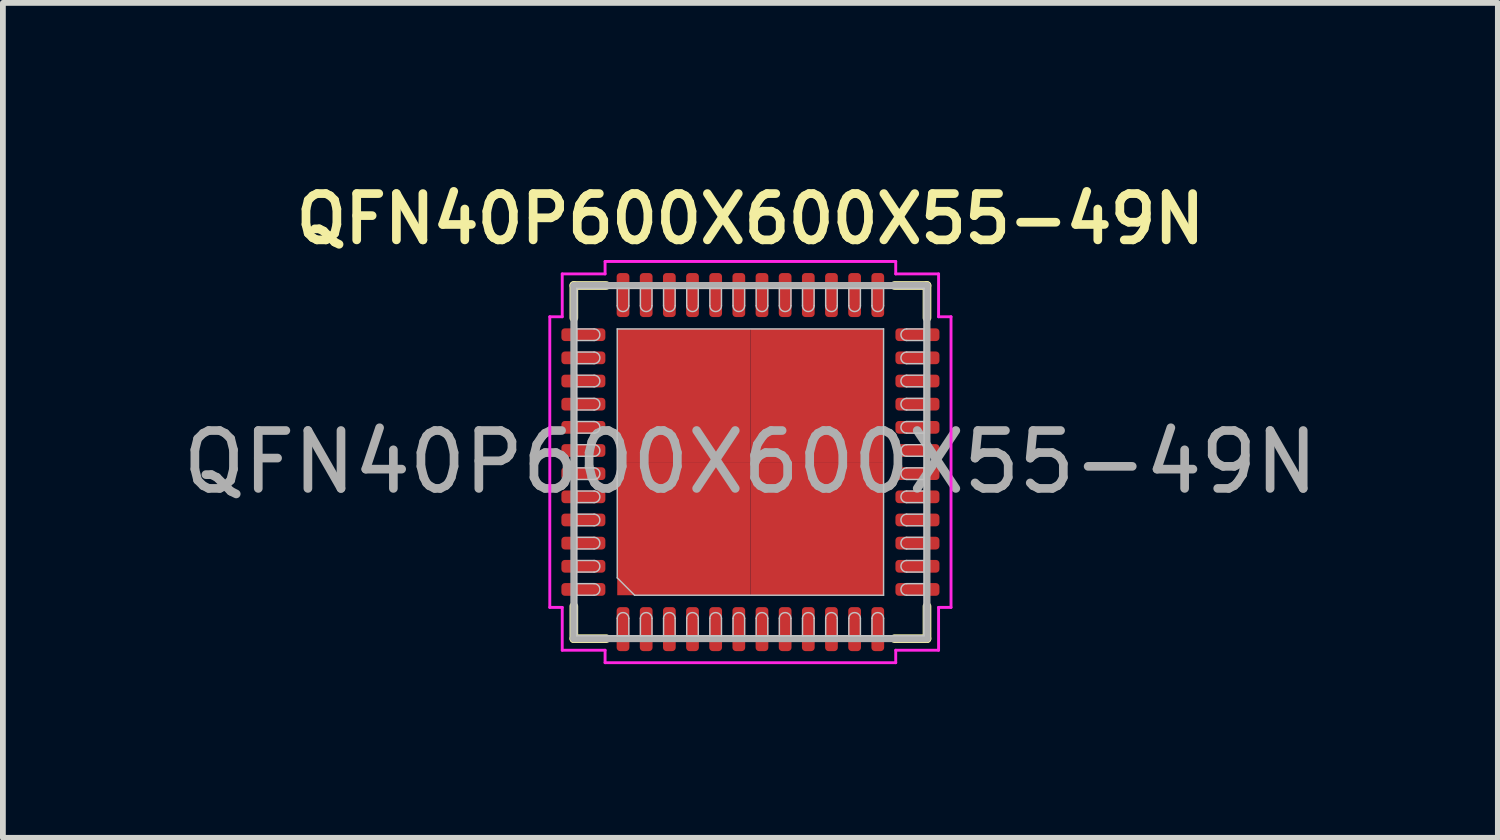
<source format=kicad_pcb>
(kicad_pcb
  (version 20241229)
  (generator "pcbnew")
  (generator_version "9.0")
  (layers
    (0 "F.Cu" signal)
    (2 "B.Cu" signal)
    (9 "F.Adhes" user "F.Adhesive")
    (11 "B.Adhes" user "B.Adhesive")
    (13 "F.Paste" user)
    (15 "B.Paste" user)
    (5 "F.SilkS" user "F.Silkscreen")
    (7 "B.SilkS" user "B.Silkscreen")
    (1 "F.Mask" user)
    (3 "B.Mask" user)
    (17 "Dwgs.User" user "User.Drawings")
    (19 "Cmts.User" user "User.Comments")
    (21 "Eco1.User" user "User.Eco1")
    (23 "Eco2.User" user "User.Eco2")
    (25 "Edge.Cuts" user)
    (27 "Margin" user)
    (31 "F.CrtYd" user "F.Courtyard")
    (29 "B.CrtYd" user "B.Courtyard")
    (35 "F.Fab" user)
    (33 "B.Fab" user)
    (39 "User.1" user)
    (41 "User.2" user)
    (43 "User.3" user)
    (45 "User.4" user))
  (footprint "QFN40P600X600X55-49N"
    (layer "F.Cu")
    (at 9.911 4.931)
    (property "Reference" "QFN40P600X600X55-49N" (at 0 -4.2 0) (layer "F.SilkS") (effects (font (size 0.8 0.8) (thickness 0.15))))
    (attr smd)
    (fp_line (start -3.05 -3.05) (end -3.05 -2.49) (stroke (width 0.15) (type solid)) (layer "F.SilkS"))
    (fp_line (start -3.05 3.05) (end -3.05 2.49) (stroke (width 0.15) (type solid)) (layer "F.SilkS"))
    (fp_line (start -2.49 -3.05) (end -3.05 -3.05) (stroke (width 0.15) (type solid)) (layer "F.SilkS"))
    (fp_line (start -2.49 3.05) (end -3.05 3.05) (stroke (width 0.15) (type solid)) (layer "F.SilkS"))
    (fp_line (start 2.49 -3.05) (end 3.05 -3.05) (stroke (width 0.15) (type solid)) (layer "F.SilkS"))
    (fp_line (start 2.49 3.05) (end 3.05 3.05) (stroke (width 0.15) (type solid)) (layer "F.SilkS"))
    (fp_line (start 3.05 -3.05) (end 3.05 -2.49) (stroke (width 0.15) (type solid)) (layer "F.SilkS"))
    (fp_line (start 3.05 3.05) (end 3.05 2.49) (stroke (width 0.15) (type solid)) (layer "F.SilkS"))
    (fp_line (start -3 -3) (end 3 -3) (stroke (width 0.025) (type solid)) (layer "Dwgs.User"))
    (fp_line (start -3 -2.3) (end -3 -2.1) (stroke (width 0.025) (type solid)) (layer "Dwgs.User"))
    (fp_line (start -3 -2.1) (end -2.7 -2.1) (stroke (width 0.025) (type solid)) (layer "Dwgs.User"))
    (fp_line (start -3 -1.9) (end -3 -1.7) (stroke (width 0.025) (type solid)) (layer "Dwgs.User"))
    (fp_line (start -3 -1.7) (end -2.7 -1.7) (stroke (width 0.025) (type solid)) (layer "Dwgs.User"))
    (fp_line (start -3 -1.5) (end -3 -1.3) (stroke (width 0.025) (type solid)) (layer "Dwgs.User"))
    (fp_line (start -3 -1.3) (end -2.7 -1.3) (stroke (width 0.025) (type solid)) (layer "Dwgs.User"))
    (fp_line (start -3 -1.1) (end -3 -0.9) (stroke (width 0.025) (type solid)) (layer "Dwgs.User"))
    (fp_line (start -3 -0.9) (end -2.7 -0.9) (stroke (width 0.025) (type solid)) (layer "Dwgs.User"))
    (fp_line (start -3 -0.7) (end -3 -0.5) (stroke (width 0.025) (type solid)) (layer "Dwgs.User"))
    (fp_line (start -3 -0.5) (end -2.7 -0.5) (stroke (width 0.025) (type solid)) (layer "Dwgs.User"))
    (fp_line (start -3 -0.3) (end -3 -0.1) (stroke (width 0.025) (type solid)) (layer "Dwgs.User"))
    (fp_line (start -3 -0.1) (end -2.7 -0.1) (stroke (width 0.025) (type solid)) (layer "Dwgs.User"))
    (fp_line (start -3 0.1) (end -3 0.3) (stroke (width 0.025) (type solid)) (layer "Dwgs.User"))
    (fp_line (start -3 0.3) (end -2.7 0.3) (stroke (width 0.025) (type solid)) (layer "Dwgs.User"))
    (fp_line (start -3 0.5) (end -3 0.7) (stroke (width 0.025) (type solid)) (layer "Dwgs.User"))
    (fp_line (start -3 0.7) (end -2.7 0.7) (stroke (width 0.025) (type solid)) (layer "Dwgs.User"))
    (fp_line (start -3 0.9) (end -3 1.1) (stroke (width 0.025) (type solid)) (layer "Dwgs.User"))
    (fp_line (start -3 1.1) (end -2.7 1.1) (stroke (width 0.025) (type solid)) (layer "Dwgs.User"))
    (fp_line (start -3 1.3) (end -3 1.5) (stroke (width 0.025) (type solid)) (layer "Dwgs.User"))
    (fp_line (start -3 1.5) (end -2.7 1.5) (stroke (width 0.025) (type solid)) (layer "Dwgs.User"))
    (fp_line (start -3 1.7) (end -3 1.9) (stroke (width 0.025) (type solid)) (layer "Dwgs.User"))
    (fp_line (start -3 1.9) (end -2.7 1.9) (stroke (width 0.025) (type solid)) (layer "Dwgs.User"))
    (fp_line (start -3 2.1) (end -3 2.3) (stroke (width 0.025) (type solid)) (layer "Dwgs.User"))
    (fp_line (start -3 2.3) (end -2.7 2.3) (stroke (width 0.025) (type solid)) (layer "Dwgs.User"))
    (fp_line (start -3 3) (end -3 -3) (stroke (width 0.025) (type solid)) (layer "Dwgs.User"))
    (fp_line (start -2.7 -2.3) (end -3 -2.3) (stroke (width 0.025) (type solid)) (layer "Dwgs.User"))
    (fp_line (start -2.7 -1.9) (end -3 -1.9) (stroke (width 0.025) (type solid)) (layer "Dwgs.User"))
    (fp_line (start -2.7 -1.5) (end -3 -1.5) (stroke (width 0.025) (type solid)) (layer "Dwgs.User"))
    (fp_line (start -2.7 -1.1) (end -3 -1.1) (stroke (width 0.025) (type solid)) (layer "Dwgs.User"))
    (fp_line (start -2.7 -0.7) (end -3 -0.7) (stroke (width 0.025) (type solid)) (layer "Dwgs.User"))
    (fp_line (start -2.7 -0.3) (end -3 -0.3) (stroke (width 0.025) (type solid)) (layer "Dwgs.User"))
    (fp_line (start -2.7 0.1) (end -3 0.1) (stroke (width 0.025) (type solid)) (layer "Dwgs.User"))
    (fp_line (start -2.7 0.5) (end -3 0.5) (stroke (width 0.025) (type solid)) (layer "Dwgs.User"))
    (fp_line (start -2.7 0.9) (end -3 0.9) (stroke (width 0.025) (type solid)) (layer "Dwgs.User"))
    (fp_line (start -2.7 1.3) (end -3 1.3) (stroke (width 0.025) (type solid)) (layer "Dwgs.User"))
    (fp_line (start -2.7 1.7) (end -3 1.7) (stroke (width 0.025) (type solid)) (layer "Dwgs.User"))
    (fp_line (start -2.7 2.1) (end -3 2.1) (stroke (width 0.025) (type solid)) (layer "Dwgs.User"))
    (fp_line (start -2.3 -3) (end -2.3 -2.7) (stroke (width 0.025) (type solid)) (layer "Dwgs.User"))
    (fp_line (start -2.3 -2.3) (end -2.3 2) (stroke (width 0.025) (type solid)) (layer "Dwgs.User"))
    (fp_line (start -2.3 2) (end -2 2.3) (stroke (width 0.025) (type solid)) (layer "Dwgs.User"))
    (fp_line (start -2.3 2.7) (end -2.3 3) (stroke (width 0.025) (type solid)) (layer "Dwgs.User"))
    (fp_line (start -2.3 3) (end -2.1 3) (stroke (width 0.025) (type solid)) (layer "Dwgs.User"))
    (fp_line (start -2.1 -3) (end -2.3 -3) (stroke (width 0.025) (type solid)) (layer "Dwgs.User"))
    (fp_line (start -2.1 -2.7) (end -2.1 -3) (stroke (width 0.025) (type solid)) (layer "Dwgs.User"))
    (fp_line (start -2.1 3) (end -2.1 2.7) (stroke (width 0.025) (type solid)) (layer "Dwgs.User"))
    (fp_line (start -2 2.3) (end 2.3 2.3) (stroke (width 0.025) (type solid)) (layer "Dwgs.User"))
    (fp_line (start -1.9 -3) (end -1.9 -2.7) (stroke (width 0.025) (type solid)) (layer "Dwgs.User"))
    (fp_line (start -1.9 2.7) (end -1.9 3) (stroke (width 0.025) (type solid)) (layer "Dwgs.User"))
    (fp_line (start -1.9 3) (end -1.7 3) (stroke (width 0.025) (type solid)) (layer "Dwgs.User"))
    (fp_line (start -1.7 -3) (end -1.9 -3) (stroke (width 0.025) (type solid)) (layer "Dwgs.User"))
    (fp_line (start -1.7 -2.7) (end -1.7 -3) (stroke (width 0.025) (type solid)) (layer "Dwgs.User"))
    (fp_line (start -1.7 3) (end -1.7 2.7) (stroke (width 0.025) (type solid)) (layer "Dwgs.User"))
    (fp_line (start -1.5 -3) (end -1.5 -2.7) (stroke (width 0.025) (type solid)) (layer "Dwgs.User"))
    (fp_line (start -1.5 2.7) (end -1.5 3) (stroke (width 0.025) (type solid)) (layer "Dwgs.User"))
    (fp_line (start -1.5 3) (end -1.3 3) (stroke (width 0.025) (type solid)) (layer "Dwgs.User"))
    (fp_line (start -1.3 -3) (end -1.5 -3) (stroke (width 0.025) (type solid)) (layer "Dwgs.User"))
    (fp_line (start -1.3 -2.7) (end -1.3 -3) (stroke (width 0.025) (type solid)) (layer "Dwgs.User"))
    (fp_line (start -1.3 3) (end -1.3 2.7) (stroke (width 0.025) (type solid)) (layer "Dwgs.User"))
    (fp_line (start -1.1 -3) (end -1.1 -2.7) (stroke (width 0.025) (type solid)) (layer "Dwgs.User"))
    (fp_line (start -1.1 2.7) (end -1.1 3) (stroke (width 0.025) (type solid)) (layer "Dwgs.User"))
    (fp_line (start -1.1 3) (end -0.9 3) (stroke (width 0.025) (type solid)) (layer "Dwgs.User"))
    (fp_line (start -0.9 -3) (end -1.1 -3) (stroke (width 0.025) (type solid)) (layer "Dwgs.User"))
    (fp_line (start -0.9 -2.7) (end -0.9 -3) (stroke (width 0.025) (type solid)) (layer "Dwgs.User"))
    (fp_line (start -0.9 3) (end -0.9 2.7) (stroke (width 0.025) (type solid)) (layer "Dwgs.User"))
    (fp_line (start -0.7 -3) (end -0.7 -2.7) (stroke (width 0.025) (type solid)) (layer "Dwgs.User"))
    (fp_line (start -0.7 2.7) (end -0.7 3) (stroke (width 0.025) (type solid)) (layer "Dwgs.User"))
    (fp_line (start -0.7 3) (end -0.5 3) (stroke (width 0.025) (type solid)) (layer "Dwgs.User"))
    (fp_line (start -0.5 -3) (end -0.7 -3) (stroke (width 0.025) (type solid)) (layer "Dwgs.User"))
    (fp_line (start -0.5 -2.7) (end -0.5 -3) (stroke (width 0.025) (type solid)) (layer "Dwgs.User"))
    (fp_line (start -0.5 3) (end -0.5 2.7) (stroke (width 0.025) (type solid)) (layer "Dwgs.User"))
    (fp_line (start -0.3 -3) (end -0.3 -2.7) (stroke (width 0.025) (type solid)) (layer "Dwgs.User"))
    (fp_line (start -0.3 2.7) (end -0.3 3) (stroke (width 0.025) (type solid)) (layer "Dwgs.User"))
    (fp_line (start -0.3 3) (end -0.1 3) (stroke (width 0.025) (type solid)) (layer "Dwgs.User"))
    (fp_line (start -0.1 -3) (end -0.3 -3) (stroke (width 0.025) (type solid)) (layer "Dwgs.User"))
    (fp_line (start -0.1 -2.7) (end -0.1 -3) (stroke (width 0.025) (type solid)) (layer "Dwgs.User"))
    (fp_line (start -0.1 3) (end -0.1 2.7) (stroke (width 0.025) (type solid)) (layer "Dwgs.User"))
    (fp_line (start 0.1 -3) (end 0.1 -2.7) (stroke (width 0.025) (type solid)) (layer "Dwgs.User"))
    (fp_line (start 0.1 2.7) (end 0.1 3) (stroke (width 0.025) (type solid)) (layer "Dwgs.User"))
    (fp_line (start 0.1 3) (end 0.3 3) (stroke (width 0.025) (type solid)) (layer "Dwgs.User"))
    (fp_line (start 0.3 -3) (end 0.1 -3) (stroke (width 0.025) (type solid)) (layer "Dwgs.User"))
    (fp_line (start 0.3 -2.7) (end 0.3 -3) (stroke (width 0.025) (type solid)) (layer "Dwgs.User"))
    (fp_line (start 0.3 3) (end 0.3 2.7) (stroke (width 0.025) (type solid)) (layer "Dwgs.User"))
    (fp_line (start 0.5 -3) (end 0.5 -2.7) (stroke (width 0.025) (type solid)) (layer "Dwgs.User"))
    (fp_line (start 0.5 2.7) (end 0.5 3) (stroke (width 0.025) (type solid)) (layer "Dwgs.User"))
    (fp_line (start 0.5 3) (end 0.7 3) (stroke (width 0.025) (type solid)) (layer "Dwgs.User"))
    (fp_line (start 0.7 -3) (end 0.5 -3) (stroke (width 0.025) (type solid)) (layer "Dwgs.User"))
    (fp_line (start 0.7 -2.7) (end 0.7 -3) (stroke (width 0.025) (type solid)) (layer "Dwgs.User"))
    (fp_line (start 0.7 3) (end 0.7 2.7) (stroke (width 0.025) (type solid)) (layer "Dwgs.User"))
    (fp_line (start 0.9 -3) (end 0.9 -2.7) (stroke (width 0.025) (type solid)) (layer "Dwgs.User"))
    (fp_line (start 0.9 2.7) (end 0.9 3) (stroke (width 0.025) (type solid)) (layer "Dwgs.User"))
    (fp_line (start 0.9 3) (end 1.1 3) (stroke (width 0.025) (type solid)) (layer "Dwgs.User"))
    (fp_line (start 1.1 -3) (end 0.9 -3) (stroke (width 0.025) (type solid)) (layer "Dwgs.User"))
    (fp_line (start 1.1 -2.7) (end 1.1 -3) (stroke (width 0.025) (type solid)) (layer "Dwgs.User"))
    (fp_line (start 1.1 3) (end 1.1 2.7) (stroke (width 0.025) (type solid)) (layer "Dwgs.User"))
    (fp_line (start 1.3 -3) (end 1.3 -2.7) (stroke (width 0.025) (type solid)) (layer "Dwgs.User"))
    (fp_line (start 1.3 2.7) (end 1.3 3) (stroke (width 0.025) (type solid)) (layer "Dwgs.User"))
    (fp_line (start 1.3 3) (end 1.5 3) (stroke (width 0.025) (type solid)) (layer "Dwgs.User"))
    (fp_line (start 1.5 -3) (end 1.3 -3) (stroke (width 0.025) (type solid)) (layer "Dwgs.User"))
    (fp_line (start 1.5 -2.7) (end 1.5 -3) (stroke (width 0.025) (type solid)) (layer "Dwgs.User"))
    (fp_line (start 1.5 3) (end 1.5 2.7) (stroke (width 0.025) (type solid)) (layer "Dwgs.User"))
    (fp_line (start 1.7 -3) (end 1.7 -2.7) (stroke (width 0.025) (type solid)) (layer "Dwgs.User"))
    (fp_line (start 1.7 2.7) (end 1.7 3) (stroke (width 0.025) (type solid)) (layer "Dwgs.User"))
    (fp_line (start 1.7 3) (end 1.9 3) (stroke (width 0.025) (type solid)) (layer "Dwgs.User"))
    (fp_line (start 1.9 -3) (end 1.7 -3) (stroke (width 0.025) (type solid)) (layer "Dwgs.User"))
    (fp_line (start 1.9 -2.7) (end 1.9 -3) (stroke (width 0.025) (type solid)) (layer "Dwgs.User"))
    (fp_line (start 1.9 3) (end 1.9 2.7) (stroke (width 0.025) (type solid)) (layer "Dwgs.User"))
    (fp_line (start 2.1 -3) (end 2.1 -2.7) (stroke (width 0.025) (type solid)) (layer "Dwgs.User"))
    (fp_line (start 2.1 2.7) (end 2.1 3) (stroke (width 0.025) (type solid)) (layer "Dwgs.User"))
    (fp_line (start 2.1 3) (end 2.3 3) (stroke (width 0.025) (type solid)) (layer "Dwgs.User"))
    (fp_line (start 2.3 -3) (end 2.1 -3) (stroke (width 0.025) (type solid)) (layer "Dwgs.User"))
    (fp_line (start 2.3 -2.7) (end 2.3 -3) (stroke (width 0.025) (type solid)) (layer "Dwgs.User"))
    (fp_line (start 2.3 -2.3) (end -2.3 -2.3) (stroke (width 0.025) (type solid)) (layer "Dwgs.User"))
    (fp_line (start 2.3 2.3) (end 2.3 -2.3) (stroke (width 0.025) (type solid)) (layer "Dwgs.User"))
    (fp_line (start 2.3 3) (end 2.3 2.7) (stroke (width 0.025) (type solid)) (layer "Dwgs.User"))
    (fp_line (start 2.7 -2.1) (end 3 -2.1) (stroke (width 0.025) (type solid)) (layer "Dwgs.User"))
    (fp_line (start 2.7 -1.7) (end 3 -1.7) (stroke (width 0.025) (type solid)) (layer "Dwgs.User"))
    (fp_line (start 2.7 -1.3) (end 3 -1.3) (stroke (width 0.025) (type solid)) (layer "Dwgs.User"))
    (fp_line (start 2.7 -0.9) (end 3 -0.9) (stroke (width 0.025) (type solid)) (layer "Dwgs.User"))
    (fp_line (start 2.7 -0.5) (end 3 -0.5) (stroke (width 0.025) (type solid)) (layer "Dwgs.User"))
    (fp_line (start 2.7 -0.1) (end 3 -0.1) (stroke (width 0.025) (type solid)) (layer "Dwgs.User"))
    (fp_line (start 2.7 0.3) (end 3 0.3) (stroke (width 0.025) (type solid)) (layer "Dwgs.User"))
    (fp_line (start 2.7 0.7) (end 3 0.7) (stroke (width 0.025) (type solid)) (layer "Dwgs.User"))
    (fp_line (start 2.7 1.1) (end 3 1.1) (stroke (width 0.025) (type solid)) (layer "Dwgs.User"))
    (fp_line (start 2.7 1.5) (end 3 1.5) (stroke (width 0.025) (type solid)) (layer "Dwgs.User"))
    (fp_line (start 2.7 1.9) (end 3 1.9) (stroke (width 0.025) (type solid)) (layer "Dwgs.User"))
    (fp_line (start 2.7 2.3) (end 3 2.3) (stroke (width 0.025) (type solid)) (layer "Dwgs.User"))
    (fp_line (start 3 -3) (end 3 3) (stroke (width 0.025) (type solid)) (layer "Dwgs.User"))
    (fp_line (start 3 -2.3) (end 2.7 -2.3) (stroke (width 0.025) (type solid)) (layer "Dwgs.User"))
    (fp_line (start 3 -2.1) (end 3 -2.3) (stroke (width 0.025) (type solid)) (layer "Dwgs.User"))
    (fp_line (start 3 -1.9) (end 2.7 -1.9) (stroke (width 0.025) (type solid)) (layer "Dwgs.User"))
    (fp_line (start 3 -1.7) (end 3 -1.9) (stroke (width 0.025) (type solid)) (layer "Dwgs.User"))
    (fp_line (start 3 -1.5) (end 2.7 -1.5) (stroke (width 0.025) (type solid)) (layer "Dwgs.User"))
    (fp_line (start 3 -1.3) (end 3 -1.5) (stroke (width 0.025) (type solid)) (layer "Dwgs.User"))
    (fp_line (start 3 -1.1) (end 2.7 -1.1) (stroke (width 0.025) (type solid)) (layer "Dwgs.User"))
    (fp_line (start 3 -0.9) (end 3 -1.1) (stroke (width 0.025) (type solid)) (layer "Dwgs.User"))
    (fp_line (start 3 -0.7) (end 2.7 -0.7) (stroke (width 0.025) (type solid)) (layer "Dwgs.User"))
    (fp_line (start 3 -0.5) (end 3 -0.7) (stroke (width 0.025) (type solid)) (layer "Dwgs.User"))
    (fp_line (start 3 -0.3) (end 2.7 -0.3) (stroke (width 0.025) (type solid)) (layer "Dwgs.User"))
    (fp_line (start 3 -0.1) (end 3 -0.3) (stroke (width 0.025) (type solid)) (layer "Dwgs.User"))
    (fp_line (start 3 0.1) (end 2.7 0.1) (stroke (width 0.025) (type solid)) (layer "Dwgs.User"))
    (fp_line (start 3 0.3) (end 3 0.1) (stroke (width 0.025) (type solid)) (layer "Dwgs.User"))
    (fp_line (start 3 0.5) (end 2.7 0.5) (stroke (width 0.025) (type solid)) (layer "Dwgs.User"))
    (fp_line (start 3 0.7) (end 3 0.5) (stroke (width 0.025) (type solid)) (layer "Dwgs.User"))
    (fp_line (start 3 0.9) (end 2.7 0.9) (stroke (width 0.025) (type solid)) (layer "Dwgs.User"))
    (fp_line (start 3 1.1) (end 3 0.9) (stroke (width 0.025) (type solid)) (layer "Dwgs.User"))
    (fp_line (start 3 1.3) (end 2.7 1.3) (stroke (width 0.025) (type solid)) (layer "Dwgs.User"))
    (fp_line (start 3 1.5) (end 3 1.3) (stroke (width 0.025) (type solid)) (layer "Dwgs.User"))
    (fp_line (start 3 1.7) (end 2.7 1.7) (stroke (width 0.025) (type solid)) (layer "Dwgs.User"))
    (fp_line (start 3 1.9) (end 3 1.7) (stroke (width 0.025) (type solid)) (layer "Dwgs.User"))
    (fp_line (start 3 2.1) (end 2.7 2.1) (stroke (width 0.025) (type solid)) (layer "Dwgs.User"))
    (fp_line (start 3 2.3) (end 3 2.1) (stroke (width 0.025) (type solid)) (layer "Dwgs.User"))
    (fp_line (start 3 3) (end -3 3) (stroke (width 0.025) (type solid)) (layer "Dwgs.User"))
    (fp_arc (start -2.7 -2.3) (mid -2.6 -2.2) (end -2.7 -2.1) (stroke (width 0.025) (type solid)) (layer "Dwgs.User"))
    (fp_arc (start -2.7 -1.9) (mid -2.6 -1.8) (end -2.7 -1.7) (stroke (width 0.025) (type solid)) (layer "Dwgs.User"))
    (fp_arc (start -2.7 -1.5) (mid -2.6 -1.4) (end -2.7 -1.3) (stroke (width 0.025) (type solid)) (layer "Dwgs.User"))
    (fp_arc (start -2.7 -1.1) (mid -2.6 -1) (end -2.7 -0.9) (stroke (width 0.025) (type solid)) (layer "Dwgs.User"))
    (fp_arc (start -2.7 -0.7) (mid -2.6 -0.6) (end -2.7 -0.5) (stroke (width 0.025) (type solid)) (layer "Dwgs.User"))
    (fp_arc (start -2.7 -0.3) (mid -2.6 -0.2) (end -2.7 -0.1) (stroke (width 0.025) (type solid)) (layer "Dwgs.User"))
    (fp_arc (start -2.7 0.1) (mid -2.6 0.2) (end -2.7 0.3) (stroke (width 0.025) (type solid)) (layer "Dwgs.User"))
    (fp_arc (start -2.7 0.5) (mid -2.6 0.6) (end -2.7 0.7) (stroke (width 0.025) (type solid)) (layer "Dwgs.User"))
    (fp_arc (start -2.7 0.9) (mid -2.6 1) (end -2.7 1.1) (stroke (width 0.025) (type solid)) (layer "Dwgs.User"))
    (fp_arc (start -2.7 1.3) (mid -2.6 1.4) (end -2.7 1.5) (stroke (width 0.025) (type solid)) (layer "Dwgs.User"))
    (fp_arc (start -2.7 1.7) (mid -2.6 1.8) (end -2.7 1.9) (stroke (width 0.025) (type solid)) (layer "Dwgs.User"))
    (fp_arc (start -2.7 2.1) (mid -2.6 2.2) (end -2.7 2.3) (stroke (width 0.025) (type solid)) (layer "Dwgs.User"))
    (fp_arc (start -2.3 2.7) (mid -2.2 2.6) (end -2.1 2.7) (stroke (width 0.025) (type solid)) (layer "Dwgs.User"))
    (fp_arc (start -2.1 -2.7) (mid -2.2 -2.6) (end -2.3 -2.7) (stroke (width 0.025) (type solid)) (layer "Dwgs.User"))
    (fp_arc (start -1.9 2.7) (mid -1.8 2.6) (end -1.7 2.7) (stroke (width 0.025) (type solid)) (layer "Dwgs.User"))
    (fp_arc (start -1.7 -2.7) (mid -1.8 -2.6) (end -1.9 -2.7) (stroke (width 0.025) (type solid)) (layer "Dwgs.User"))
    (fp_arc (start -1.5 2.7) (mid -1.4 2.6) (end -1.3 2.7) (stroke (width 0.025) (type solid)) (layer "Dwgs.User"))
    (fp_arc (start -1.3 -2.7) (mid -1.4 -2.6) (end -1.5 -2.7) (stroke (width 0.025) (type solid)) (layer "Dwgs.User"))
    (fp_arc (start -1.1 2.7) (mid -1 2.6) (end -0.9 2.7) (stroke (width 0.025) (type solid)) (layer "Dwgs.User"))
    (fp_arc (start -0.9 -2.7) (mid -1 -2.6) (end -1.1 -2.7) (stroke (width 0.025) (type solid)) (layer "Dwgs.User"))
    (fp_arc (start -0.7 2.7) (mid -0.6 2.6) (end -0.5 2.7) (stroke (width 0.025) (type solid)) (layer "Dwgs.User"))
    (fp_arc (start -0.5 -2.7) (mid -0.6 -2.6) (end -0.7 -2.7) (stroke (width 0.025) (type solid)) (layer "Dwgs.User"))
    (fp_arc (start -0.3 2.7) (mid -0.2 2.6) (end -0.1 2.7) (stroke (width 0.025) (type solid)) (layer "Dwgs.User"))
    (fp_arc (start -0.1 -2.7) (mid -0.2 -2.6) (end -0.3 -2.7) (stroke (width 0.025) (type solid)) (layer "Dwgs.User"))
    (fp_arc (start 0.1 2.7) (mid 0.2 2.6) (end 0.3 2.7) (stroke (width 0.025) (type solid)) (layer "Dwgs.User"))
    (fp_arc (start 0.3 -2.7) (mid 0.2 -2.6) (end 0.1 -2.7) (stroke (width 0.025) (type solid)) (layer "Dwgs.User"))
    (fp_arc (start 0.5 2.7) (mid 0.6 2.6) (end 0.7 2.7) (stroke (width 0.025) (type solid)) (layer "Dwgs.User"))
    (fp_arc (start 0.7 -2.7) (mid 0.6 -2.6) (end 0.5 -2.7) (stroke (width 0.025) (type solid)) (layer "Dwgs.User"))
    (fp_arc (start 0.9 2.7) (mid 1 2.6) (end 1.1 2.7) (stroke (width 0.025) (type solid)) (layer "Dwgs.User"))
    (fp_arc (start 1.1 -2.7) (mid 1 -2.6) (end 0.9 -2.7) (stroke (width 0.025) (type solid)) (layer "Dwgs.User"))
    (fp_arc (start 1.3 2.7) (mid 1.4 2.6) (end 1.5 2.7) (stroke (width 0.025) (type solid)) (layer "Dwgs.User"))
    (fp_arc (start 1.5 -2.7) (mid 1.4 -2.6) (end 1.3 -2.7) (stroke (width 0.025) (type solid)) (layer "Dwgs.User"))
    (fp_arc (start 1.7 2.7) (mid 1.8 2.6) (end 1.9 2.7) (stroke (width 0.025) (type solid)) (layer "Dwgs.User"))
    (fp_arc (start 1.9 -2.7) (mid 1.8 -2.6) (end 1.7 -2.7) (stroke (width 0.025) (type solid)) (layer "Dwgs.User"))
    (fp_arc (start 2.1 2.7) (mid 2.2 2.6) (end 2.3 2.7) (stroke (width 0.025) (type solid)) (layer "Dwgs.User"))
    (fp_arc (start 2.3 -2.7) (mid 2.2 -2.6) (end 2.1 -2.7) (stroke (width 0.025) (type solid)) (layer "Dwgs.User"))
    (fp_arc (start 2.7 -2.1) (mid 2.6 -2.2) (end 2.7 -2.3) (stroke (width 0.025) (type solid)) (layer "Dwgs.User"))
    (fp_arc (start 2.7 -1.7) (mid 2.6 -1.8) (end 2.7 -1.9) (stroke (width 0.025) (type solid)) (layer "Dwgs.User"))
    (fp_arc (start 2.7 -1.3) (mid 2.6 -1.4) (end 2.7 -1.5) (stroke (width 0.025) (type solid)) (layer "Dwgs.User"))
    (fp_arc (start 2.7 -0.9) (mid 2.6 -1) (end 2.7 -1.1) (stroke (width 0.025) (type solid)) (layer "Dwgs.User"))
    (fp_arc (start 2.7 -0.5) (mid 2.6 -0.6) (end 2.7 -0.7) (stroke (width 0.025) (type solid)) (layer "Dwgs.User"))
    (fp_arc (start 2.7 -0.1) (mid 2.6 -0.2) (end 2.7 -0.3) (stroke (width 0.025) (type solid)) (layer "Dwgs.User"))
    (fp_arc (start 2.7 0.3) (mid 2.6 0.2) (end 2.7 0.1) (stroke (width 0.025) (type solid)) (layer "Dwgs.User"))
    (fp_arc (start 2.7 0.7) (mid 2.6 0.6) (end 2.7 0.5) (stroke (width 0.025) (type solid)) (layer "Dwgs.User"))
    (fp_arc (start 2.7 1.1) (mid 2.6 1) (end 2.7 0.9) (stroke (width 0.025) (type solid)) (layer "Dwgs.User"))
    (fp_arc (start 2.7 1.5) (mid 2.6 1.4) (end 2.7 1.3) (stroke (width 0.025) (type solid)) (layer "Dwgs.User"))
    (fp_arc (start 2.7 1.9) (mid 2.6 1.8) (end 2.7 1.7) (stroke (width 0.025) (type solid)) (layer "Dwgs.User"))
    (fp_arc (start 2.7 2.3) (mid 2.6 2.2) (end 2.7 2.1) (stroke (width 0.025) (type solid)) (layer "Dwgs.User"))
    (fp_line (start -3.465 -2.51) (end -3.465 2.51) (stroke (width 0.05) (type solid)) (layer "F.CrtYd"))
    (fp_line (start -3.465 2.51) (end -3.25 2.51) (stroke (width 0.05) (type solid)) (layer "F.CrtYd"))
    (fp_line (start -3.25 -3.25) (end -3.25 -2.51) (stroke (width 0.05) (type solid)) (layer "F.CrtYd"))
    (fp_line (start -3.25 -2.51) (end -3.465 -2.51) (stroke (width 0.05) (type solid)) (layer "F.CrtYd"))
    (fp_line (start -3.25 2.51) (end -3.25 3.25) (stroke (width 0.05) (type solid)) (layer "F.CrtYd"))
    (fp_line (start -3.25 3.25) (end -2.51 3.25) (stroke (width 0.05) (type solid)) (layer "F.CrtYd"))
    (fp_line (start -2.51 -3.465) (end -2.51 -3.25) (stroke (width 0.05) (type solid)) (layer "F.CrtYd"))
    (fp_line (start -2.51 -3.25) (end -3.25 -3.25) (stroke (width 0.05) (type solid)) (layer "F.CrtYd"))
    (fp_line (start -2.51 3.25) (end -2.51 3.465) (stroke (width 0.05) (type solid)) (layer "F.CrtYd"))
    (fp_line (start -2.51 3.465) (end 2.51 3.465) (stroke (width 0.05) (type solid)) (layer "F.CrtYd"))
    (fp_line (start 2.51 -3.465) (end -2.51 -3.465) (stroke (width 0.05) (type solid)) (layer "F.CrtYd"))
    (fp_line (start 2.51 -3.25) (end 2.51 -3.465) (stroke (width 0.05) (type solid)) (layer "F.CrtYd"))
    (fp_line (start 2.51 3.25) (end 3.25 3.25) (stroke (width 0.05) (type solid)) (layer "F.CrtYd"))
    (fp_line (start 2.51 3.465) (end 2.51 3.25) (stroke (width 0.05) (type solid)) (layer "F.CrtYd"))
    (fp_line (start 3.25 -3.25) (end 2.51 -3.25) (stroke (width 0.05) (type solid)) (layer "F.CrtYd"))
    (fp_line (start 3.25 -2.51) (end 3.25 -3.25) (stroke (width 0.05) (type solid)) (layer "F.CrtYd"))
    (fp_line (start 3.25 2.51) (end 3.465 2.51) (stroke (width 0.05) (type solid)) (layer "F.CrtYd"))
    (fp_line (start 3.25 3.25) (end 3.25 2.51) (stroke (width 0.05) (type solid)) (layer "F.CrtYd"))
    (fp_line (start 3.465 -2.51) (end 3.25 -2.51) (stroke (width 0.05) (type solid)) (layer "F.CrtYd"))
    (fp_line (start 3.465 2.51) (end 3.465 -2.51) (stroke (width 0.05) (type solid)) (layer "F.CrtYd"))
    (fp_line (start -3.05 -3.05) (end 3.05 -3.05) (stroke (width 0.12) (type solid)) (layer "F.Fab"))
    (fp_line (start -3.05 3.05) (end -3.05 -3.05) (stroke (width 0.12) (type solid)) (layer "F.Fab"))
    (fp_line (start 3.05 -3.05) (end 3.05 3.05) (stroke (width 0.12) (type solid)) (layer "F.Fab"))
    (fp_line (start 3.05 3.05) (end -3.05 3.05) (stroke (width 0.12) (type solid)) (layer "F.Fab"))
    (fp_text user "${REFERENCE}" (at 0 0 0) (layer "F.Fab") (effects (font (size 1 1) (thickness 0.15))))
    (pad "" smd rect (at -1.15 -1.15 90) (size 1.63 1.63) (layers "F.Paste"))
    (pad "" smd rect (at -1.15 1.15 90) (size 1.63 1.63) (layers "F.Paste"))
    (pad "" smd rect (at 1.15 -1.15 90) (size 1.63 1.63) (layers "F.Paste"))
    (pad "" smd rect (at 1.15 1.15 90) (size 1.63 1.63) (layers "F.Paste"))
    (pad "1" smd roundrect (at -2.2 2.885 90) (size 0.76 0.22) (layers "F.Cu" "F.Mask" "F.Paste") (roundrect_rratio 0.273))
    (pad "2" smd roundrect (at -1.8 2.885 90) (size 0.76 0.22) (layers "F.Cu" "F.Mask" "F.Paste") (roundrect_rratio 0.273))
    (pad "3" smd roundrect (at -1.4 2.885 90) (size 0.76 0.22) (layers "F.Cu" "F.Mask" "F.Paste") (roundrect_rratio 0.273))
    (pad "4" smd roundrect (at -1 2.885 90) (size 0.76 0.22) (layers "F.Cu" "F.Mask" "F.Paste") (roundrect_rratio 0.273))
    (pad "5" smd roundrect (at -0.6 2.885 90) (size 0.76 0.22) (layers "F.Cu" "F.Mask" "F.Paste") (roundrect_rratio 0.273))
    (pad "6" smd roundrect (at -0.2 2.885 90) (size 0.76 0.22) (layers "F.Cu" "F.Mask" "F.Paste") (roundrect_rratio 0.273))
    (pad "7" smd roundrect (at 0.2 2.885 90) (size 0.76 0.22) (layers "F.Cu" "F.Mask" "F.Paste") (roundrect_rratio 0.273))
    (pad "8" smd roundrect (at 0.6 2.885 90) (size 0.76 0.22) (layers "F.Cu" "F.Mask" "F.Paste") (roundrect_rratio 0.273))
    (pad "9" smd roundrect (at 1 2.885 90) (size 0.76 0.22) (layers "F.Cu" "F.Mask" "F.Paste") (roundrect_rratio 0.273))
    (pad "10" smd roundrect (at 1.4 2.885 90) (size 0.76 0.22) (layers "F.Cu" "F.Mask" "F.Paste") (roundrect_rratio 0.273))
    (pad "11" smd roundrect (at 1.8 2.885 90) (size 0.76 0.22) (layers "F.Cu" "F.Mask" "F.Paste") (roundrect_rratio 0.273))
    (pad "12" smd roundrect (at 2.2 2.885 90) (size 0.76 0.22) (layers "F.Cu" "F.Mask" "F.Paste") (roundrect_rratio 0.273))
    (pad "13" smd roundrect (at 2.885 2.2) (size 0.76 0.22) (layers "F.Cu" "F.Mask" "F.Paste") (roundrect_rratio 0.273))
    (pad "14" smd roundrect (at 2.885 1.8) (size 0.76 0.22) (layers "F.Cu" "F.Mask" "F.Paste") (roundrect_rratio 0.273))
    (pad "15" smd roundrect (at 2.885 1.4) (size 0.76 0.22) (layers "F.Cu" "F.Mask" "F.Paste") (roundrect_rratio 0.273))
    (pad "16" smd roundrect (at 2.885 1) (size 0.76 0.22) (layers "F.Cu" "F.Mask" "F.Paste") (roundrect_rratio 0.273))
    (pad "17" smd roundrect (at 2.885 0.6) (size 0.76 0.22) (layers "F.Cu" "F.Mask" "F.Paste") (roundrect_rratio 0.273))
    (pad "18" smd roundrect (at 2.885 0.2) (size 0.76 0.22) (layers "F.Cu" "F.Mask" "F.Paste") (roundrect_rratio 0.273))
    (pad "19" smd roundrect (at 2.885 -0.2) (size 0.76 0.22) (layers "F.Cu" "F.Mask" "F.Paste") (roundrect_rratio 0.273))
    (pad "20" smd roundrect (at 2.885 -0.6) (size 0.76 0.22) (layers "F.Cu" "F.Mask" "F.Paste") (roundrect_rratio 0.273))
    (pad "21" smd roundrect (at 2.885 -1) (size 0.76 0.22) (layers "F.Cu" "F.Mask" "F.Paste") (roundrect_rratio 0.273))
    (pad "22" smd roundrect (at 2.885 -1.4) (size 0.76 0.22) (layers "F.Cu" "F.Mask" "F.Paste") (roundrect_rratio 0.273))
    (pad "23" smd roundrect (at 2.885 -1.8) (size 0.76 0.22) (layers "F.Cu" "F.Mask" "F.Paste") (roundrect_rratio 0.273))
    (pad "24" smd roundrect (at 2.885 -2.2) (size 0.76 0.22) (layers "F.Cu" "F.Mask" "F.Paste") (roundrect_rratio 0.273))
    (pad "25" smd roundrect (at 2.2 -2.885 90) (size 0.76 0.22) (layers "F.Cu" "F.Mask" "F.Paste") (roundrect_rratio 0.273))
    (pad "26" smd roundrect (at 1.8 -2.885 90) (size 0.76 0.22) (layers "F.Cu" "F.Mask" "F.Paste") (roundrect_rratio 0.273))
    (pad "27" smd roundrect (at 1.4 -2.885 90) (size 0.76 0.22) (layers "F.Cu" "F.Mask" "F.Paste") (roundrect_rratio 0.273))
    (pad "28" smd roundrect (at 1 -2.885 90) (size 0.76 0.22) (layers "F.Cu" "F.Mask" "F.Paste") (roundrect_rratio 0.273))
    (pad "29" smd roundrect (at 0.6 -2.885 90) (size 0.76 0.22) (layers "F.Cu" "F.Mask" "F.Paste") (roundrect_rratio 0.273))
    (pad "30" smd roundrect (at 0.2 -2.885 90) (size 0.76 0.22) (layers "F.Cu" "F.Mask" "F.Paste") (roundrect_rratio 0.273))
    (pad "31" smd roundrect (at -0.2 -2.885 90) (size 0.76 0.22) (layers "F.Cu" "F.Mask" "F.Paste") (roundrect_rratio 0.273))
    (pad "32" smd roundrect (at -0.6 -2.885 90) (size 0.76 0.22) (layers "F.Cu" "F.Mask" "F.Paste") (roundrect_rratio 0.273))
    (pad "33" smd roundrect (at -1 -2.885 90) (size 0.76 0.22) (layers "F.Cu" "F.Mask" "F.Paste") (roundrect_rratio 0.273))
    (pad "34" smd roundrect (at -1.4 -2.885 90) (size 0.76 0.22) (layers "F.Cu" "F.Mask" "F.Paste") (roundrect_rratio 0.273))
    (pad "35" smd roundrect (at -1.8 -2.885 90) (size 0.76 0.22) (layers "F.Cu" "F.Mask" "F.Paste") (roundrect_rratio 0.273))
    (pad "36" smd roundrect (at -2.2 -2.885 90) (size 0.76 0.22) (layers "F.Cu" "F.Mask" "F.Paste") (roundrect_rratio 0.273))
    (pad "37" smd roundrect (at -2.885 -2.2) (size 0.76 0.22) (layers "F.Cu" "F.Mask" "F.Paste") (roundrect_rratio 0.273))
    (pad "38" smd roundrect (at -2.885 -1.8) (size 0.76 0.22) (layers "F.Cu" "F.Mask" "F.Paste") (roundrect_rratio 0.273))
    (pad "39" smd roundrect (at -2.885 -1.4) (size 0.76 0.22) (layers "F.Cu" "F.Mask" "F.Paste") (roundrect_rratio 0.273))
    (pad "40" smd roundrect (at -2.885 -1) (size 0.76 0.22) (layers "F.Cu" "F.Mask" "F.Paste") (roundrect_rratio 0.273))
    (pad "41" smd roundrect (at -2.885 -0.6) (size 0.76 0.22) (layers "F.Cu" "F.Mask" "F.Paste") (roundrect_rratio 0.273))
    (pad "42" smd roundrect (at -2.885 -0.2) (size 0.76 0.22) (layers "F.Cu" "F.Mask" "F.Paste") (roundrect_rratio 0.273))
    (pad "43" smd roundrect (at -2.885 0.2) (size 0.76 0.22) (layers "F.Cu" "F.Mask" "F.Paste") (roundrect_rratio 0.273))
    (pad "44" smd roundrect (at -2.885 0.6) (size 0.76 0.22) (layers "F.Cu" "F.Mask" "F.Paste") (roundrect_rratio 0.273))
    (pad "45" smd roundrect (at -2.885 1) (size 0.76 0.22) (layers "F.Cu" "F.Mask" "F.Paste") (roundrect_rratio 0.273))
    (pad "46" smd roundrect (at -2.885 1.4) (size 0.76 0.22) (layers "F.Cu" "F.Mask" "F.Paste") (roundrect_rratio 0.273))
    (pad "47" smd roundrect (at -2.885 1.8) (size 0.76 0.22) (layers "F.Cu" "F.Mask" "F.Paste") (roundrect_rratio 0.273))
    (pad "48" smd roundrect (at -2.885 2.2) (size 0.76 0.22) (layers "F.Cu" "F.Mask" "F.Paste") (roundrect_rratio 0.273))
    (pad "49" smd rect (at -1.15 -1.15) (size 2.3 2.3) (layers "F.Cu" "F.Mask" "F.Paste"))
    (pad "49" smd rect (at -1.15 1.15) (size 2.3 2.3) (layers "F.Cu" "F.Mask" "F.Paste"))
    (pad "49" smd rect (at 1.15 -1.15) (size 2.3 2.3) (layers "F.Cu" "F.Mask" "F.Paste"))
    (pad "49" smd rect (at 1.15 1.15) (size 2.3 2.3) (layers "F.Cu" "F.Mask" "F.Paste")))
  (gr_rect
    (start -3 -3)
    (end 22.821 11.421)
    (stroke (width 0.1) (type default))
    (fill no)
    (layer "Edge.Cuts")))
</source>
